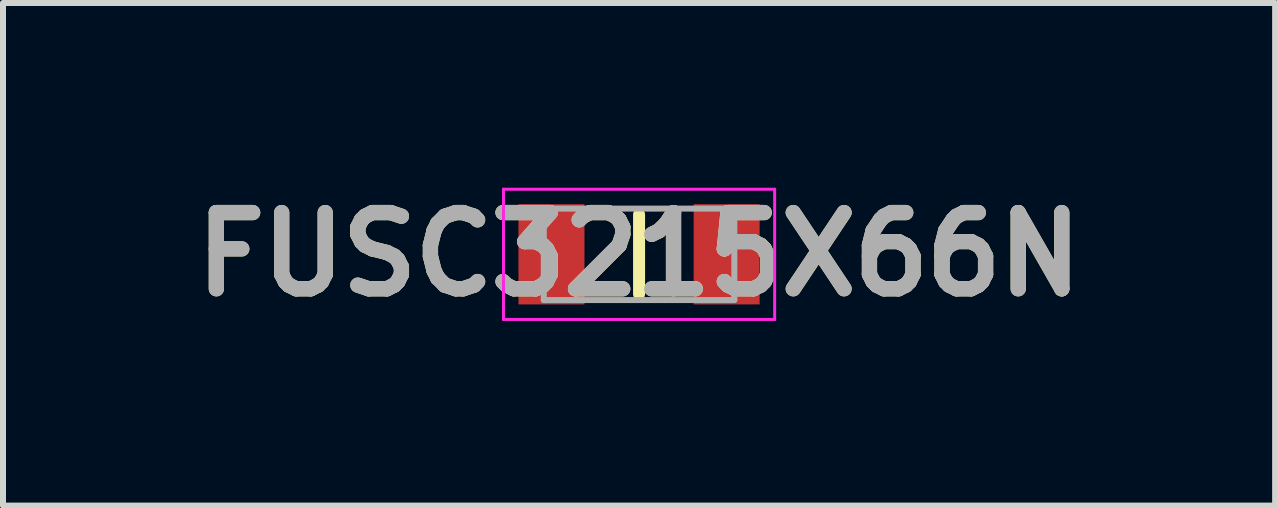
<source format=kicad_pcb>
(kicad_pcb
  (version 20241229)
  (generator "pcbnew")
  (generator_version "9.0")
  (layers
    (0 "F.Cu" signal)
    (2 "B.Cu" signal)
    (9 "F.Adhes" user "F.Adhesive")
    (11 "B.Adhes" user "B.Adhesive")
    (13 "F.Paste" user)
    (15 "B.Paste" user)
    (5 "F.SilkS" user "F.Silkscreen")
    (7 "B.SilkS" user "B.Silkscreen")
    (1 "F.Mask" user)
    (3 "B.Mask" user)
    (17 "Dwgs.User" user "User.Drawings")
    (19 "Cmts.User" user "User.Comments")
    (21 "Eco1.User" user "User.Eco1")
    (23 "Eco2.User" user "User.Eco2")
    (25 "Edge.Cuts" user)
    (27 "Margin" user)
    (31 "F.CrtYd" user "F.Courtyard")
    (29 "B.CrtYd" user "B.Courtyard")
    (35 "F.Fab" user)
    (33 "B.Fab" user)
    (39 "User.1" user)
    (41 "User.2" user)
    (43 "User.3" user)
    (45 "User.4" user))
  (footprint "FUSC3215X66N"
    (layer "F.Cu")
    (at 7.602 1.189)
    (property "Reference" "FUSC3215X66N" (at 0 0 0) (layer "F.SilkS") (effects (font (size 1.27 1.27) (thickness 0.254))))
    (attr smd)
    (fp_line (start 0 -0.662) (end 0 0.662) (stroke (width 0.2) (type solid)) (layer "F.SilkS"))
    (fp_line (start -2.26 -1.085) (end 2.26 -1.085) (stroke (width 0.05) (type solid)) (layer "F.CrtYd"))
    (fp_line (start -2.26 1.085) (end -2.26 -1.085) (stroke (width 0.05) (type solid)) (layer "F.CrtYd"))
    (fp_line (start 2.26 -1.085) (end 2.26 1.085) (stroke (width 0.05) (type solid)) (layer "F.CrtYd"))
    (fp_line (start 2.26 1.085) (end -2.26 1.085) (stroke (width 0.05) (type solid)) (layer "F.CrtYd"))
    (fp_line (start -1.588 -0.762) (end 1.588 -0.762) (stroke (width 0.1) (type solid)) (layer "F.Fab"))
    (fp_line (start -1.588 0.762) (end -1.588 -0.762) (stroke (width 0.1) (type solid)) (layer "F.Fab"))
    (fp_line (start 1.588 -0.762) (end 1.588 0.762) (stroke (width 0.1) (type solid)) (layer "F.Fab"))
    (fp_line (start 1.588 0.762) (end -1.588 0.762) (stroke (width 0.1) (type solid)) (layer "F.Fab"))
    (fp_text user "${REFERENCE}" (at 0 0 0) (layer "F.Fab") (effects (font (size 1.27 1.27) (thickness 0.254))))
    (pad "1" smd rect (at -1.46 0) (size 1.1 1.67) (layers "F.Cu" "F.Mask" "F.Paste"))
    (pad "2" smd rect (at 1.46 0) (size 1.1 1.67) (layers "F.Cu" "F.Mask" "F.Paste")))
  (gr_rect
    (start -3 -3)
    (end 18.204 5.377)
    (stroke (width 0.1) (type default))
    (fill no)
    (layer "Edge.Cuts")))
</source>
